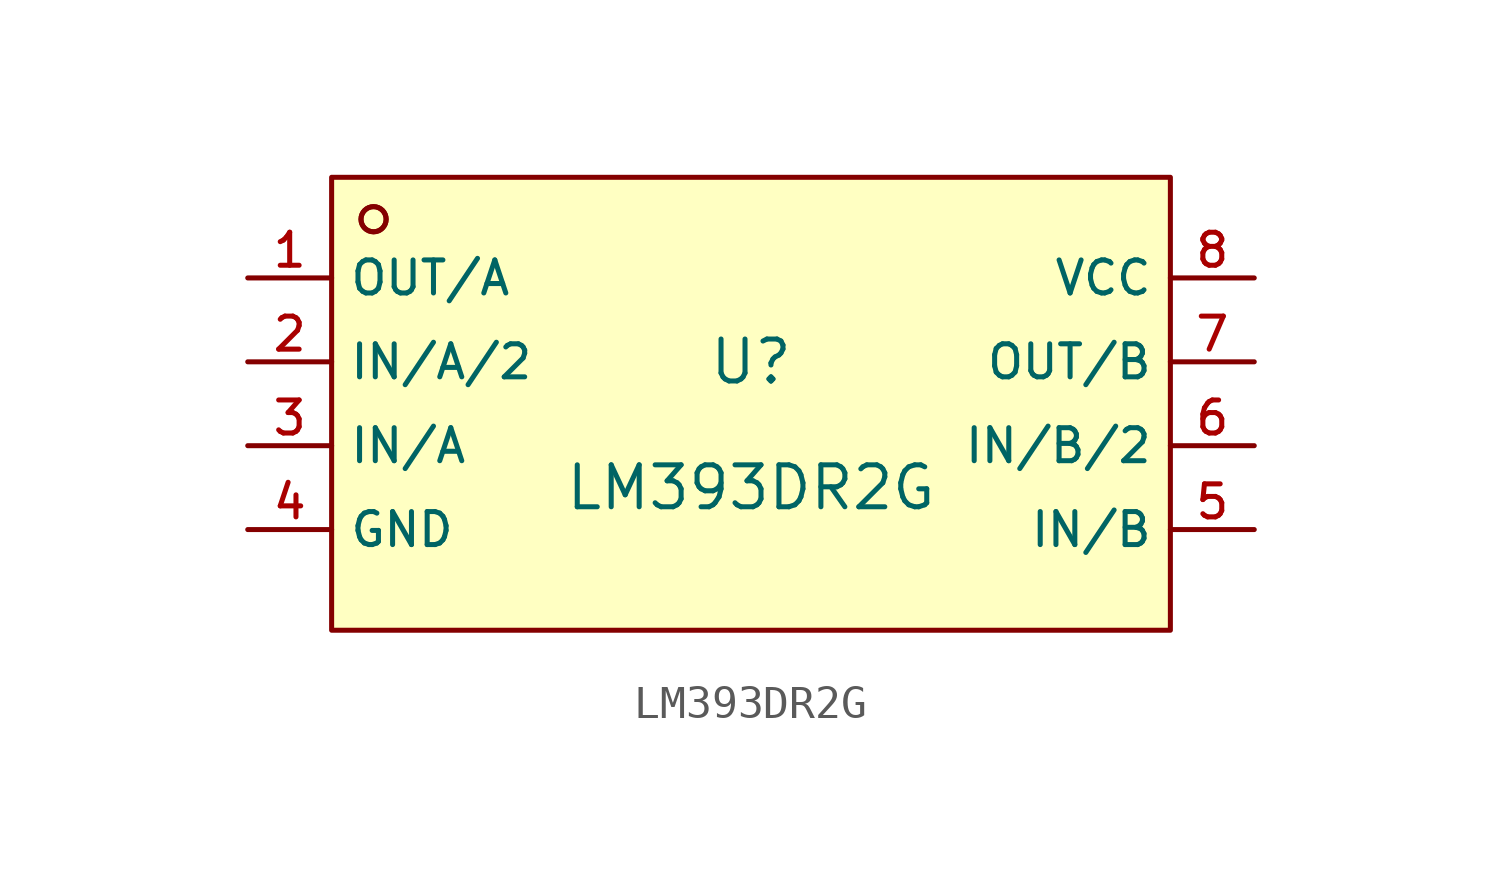
<source format=kicad_sym>
(kicad_symbol_lib
  (version 20210201)
  (generator TousstNicolas/JLC2KiCad_lib)
  (symbol "LM393DR2G"
    (property "Reference" "U"
      (at 0 1.27 0)
      (effects (font (size 1.27 1.27))))
    (property "Value" "LM393DR2G"
      (at 0 -2.54 0)
      (effects (font (size 1.27 1.27))))
    (symbol "LM393DR2G_0_1"
      (circle (center -11.43 5.588) (radius 0.381) (stroke (width 0) (type default) (color 0 0 0 0)) (fill (type background)))
      (rectangle (start -12.7 6.858) (end 12.7 -6.858) (stroke (width 0) (type default) (color 0 0 0 0)) (fill (type background)))
      (circle (center -11.43 5.588) (radius 0.381) (stroke (width 0) (type default) (color 0 0 0 0)) (fill (type background)))
      (pin unspecified line (at -15.24 3.81 0) (length 2.54) (name "OUT/A" (effects (font (size 1 1)))) (number "1" (effects (font (size 1 1)))))
      (pin unspecified line (at -15.24 1.27 0) (length 2.54) (name "IN/A/2" (effects (font (size 1 1)))) (number "2" (effects (font (size 1 1)))))
      (pin unspecified line (at -15.24 -1.27 0) (length 2.54) (name "IN/A" (effects (font (size 1 1)))) (number "3" (effects (font (size 1 1)))))
      (pin unspecified line (at -15.24 -3.81 0) (length 2.54) (name "GND" (effects (font (size 1 1)))) (number "4" (effects (font (size 1 1)))))
      (pin unspecified line (at 15.24 -3.81 180) (length 2.54) (name "IN/B" (effects (font (size 1 1)))) (number "5" (effects (font (size 1 1)))))
      (pin unspecified line (at 15.24 -1.27 180) (length 2.54) (name "IN/B/2" (effects (font (size 1 1)))) (number "6" (effects (font (size 1 1)))))
      (pin unspecified line (at 15.24 1.27 180) (length 2.54) (name "OUT/B" (effects (font (size 1 1)))) (number "7" (effects (font (size 1 1)))))
      (pin unspecified line (at 15.24 3.81 180) (length 2.54) (name "VCC" (effects (font (size 1 1)))) (number "8" (effects (font (size 1 1))))))))
</source>
